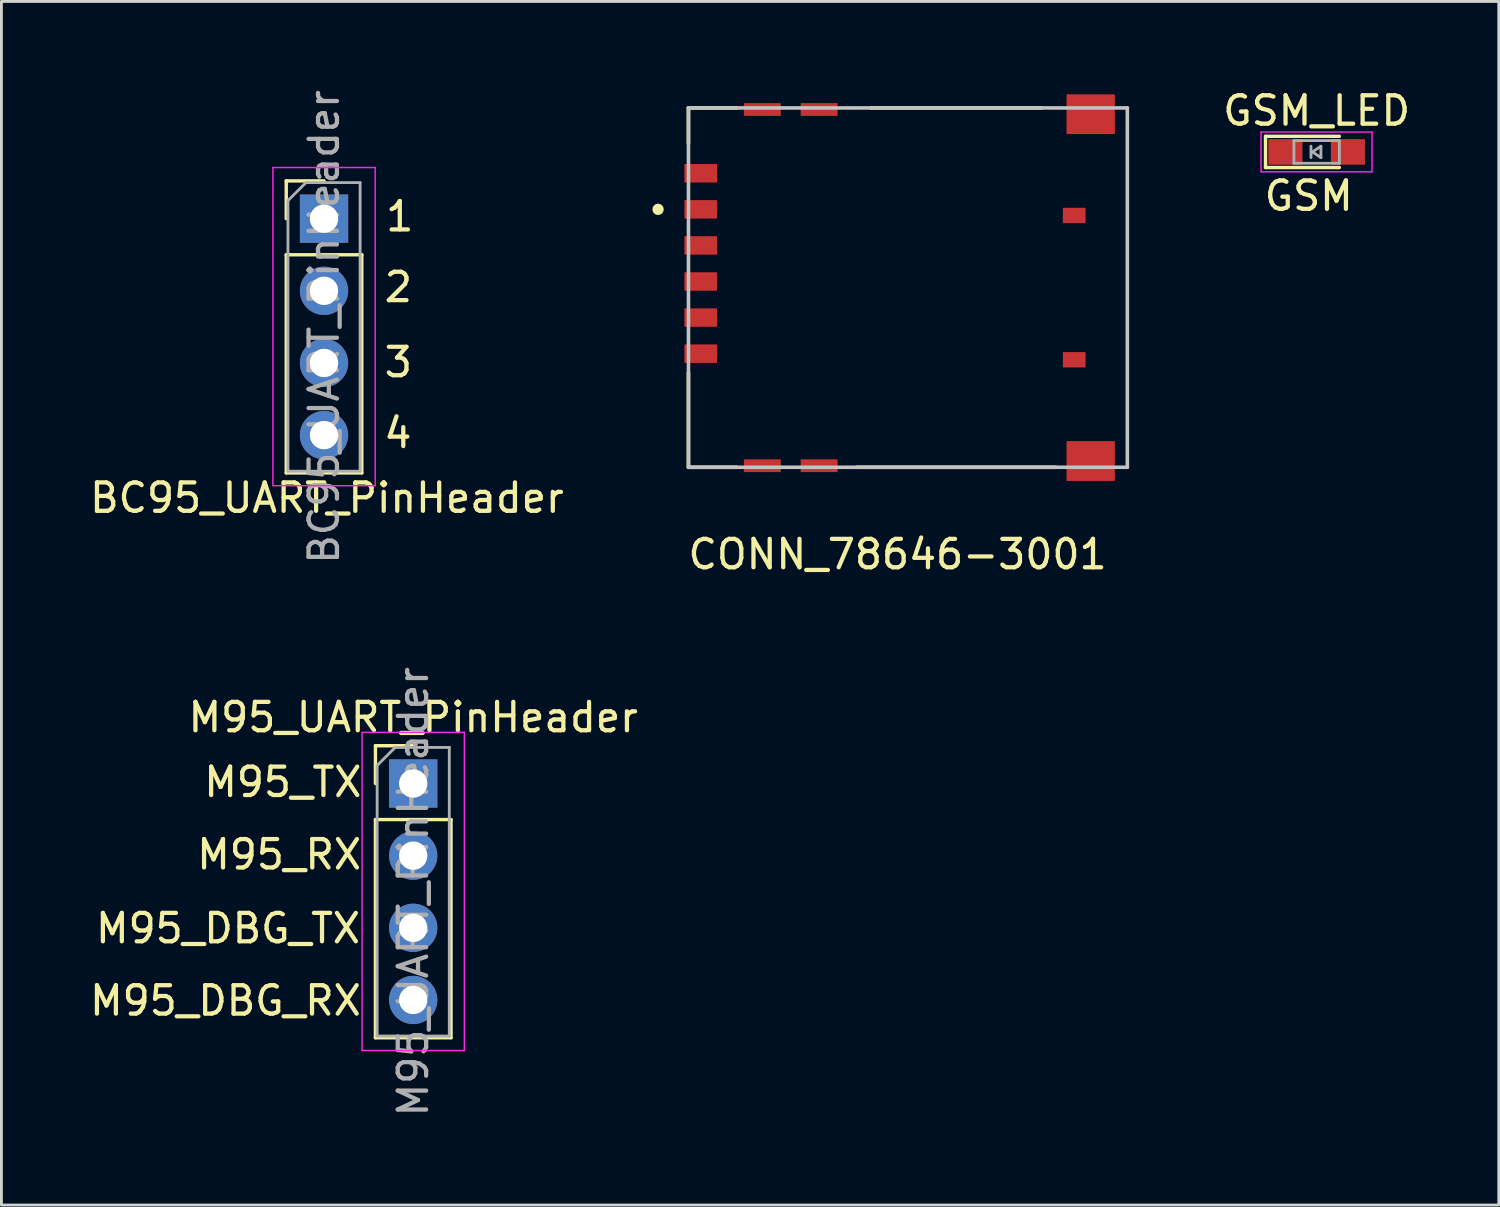
<source format=kicad_pcb>
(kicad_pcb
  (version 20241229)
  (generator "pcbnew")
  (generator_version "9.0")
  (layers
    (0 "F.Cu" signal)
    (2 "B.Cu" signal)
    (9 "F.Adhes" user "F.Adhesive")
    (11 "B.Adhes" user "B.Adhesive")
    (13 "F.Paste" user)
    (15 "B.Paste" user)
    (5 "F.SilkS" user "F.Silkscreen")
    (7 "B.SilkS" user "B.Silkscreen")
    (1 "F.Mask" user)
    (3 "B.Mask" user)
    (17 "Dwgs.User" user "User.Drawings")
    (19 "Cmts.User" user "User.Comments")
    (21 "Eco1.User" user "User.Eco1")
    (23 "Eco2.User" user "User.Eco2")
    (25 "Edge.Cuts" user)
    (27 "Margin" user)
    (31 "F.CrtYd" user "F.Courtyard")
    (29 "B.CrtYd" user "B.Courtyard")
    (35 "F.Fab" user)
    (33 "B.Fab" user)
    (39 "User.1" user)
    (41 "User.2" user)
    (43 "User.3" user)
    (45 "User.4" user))
  (footprint "BC95_UART_PinHeader"
    (layer "F.Cu")
    (at 8.357 4.648)
    (property "Reference" "BC95_UART_PinHeader" (at 0.102 9.83 0) (layer "F.SilkS") (effects (font (size 1 1) (thickness 0.15))))
    (attr through_hole)
    (fp_line (start -1.33 -1.33) (end 0 -1.33) (stroke (width 0.12) (type solid)) (layer "F.SilkS"))
    (fp_line (start -1.33 0) (end -1.33 -1.33) (stroke (width 0.12) (type solid)) (layer "F.SilkS"))
    (fp_line (start -1.33 1.27) (end -1.33 8.95) (stroke (width 0.12) (type solid)) (layer "F.SilkS"))
    (fp_line (start -1.33 1.27) (end 1.33 1.27) (stroke (width 0.12) (type solid)) (layer "F.SilkS"))
    (fp_line (start -1.33 8.95) (end 1.33 8.95) (stroke (width 0.12) (type solid)) (layer "F.SilkS"))
    (fp_line (start 1.33 1.27) (end 1.33 8.95) (stroke (width 0.12) (type solid)) (layer "F.SilkS"))
    (fp_line (start -1.8 -1.8) (end -1.8 9.4) (stroke (width 0.05) (type solid)) (layer "F.CrtYd"))
    (fp_line (start -1.8 9.4) (end 1.8 9.4) (stroke (width 0.05) (type solid)) (layer "F.CrtYd"))
    (fp_line (start 1.8 -1.8) (end -1.8 -1.8) (stroke (width 0.05) (type solid)) (layer "F.CrtYd"))
    (fp_line (start 1.8 9.4) (end 1.8 -1.8) (stroke (width 0.05) (type solid)) (layer "F.CrtYd"))
    (fp_line (start -1.27 -0.635) (end -0.635 -1.27) (stroke (width 0.1) (type solid)) (layer "F.Fab"))
    (fp_line (start -1.27 8.89) (end -1.27 -0.635) (stroke (width 0.1) (type solid)) (layer "F.Fab"))
    (fp_line (start -0.635 -1.27) (end 1.27 -1.27) (stroke (width 0.1) (type solid)) (layer "F.Fab"))
    (fp_line (start 1.27 -1.27) (end 1.27 8.89) (stroke (width 0.1) (type solid)) (layer "F.Fab"))
    (fp_line (start 1.27 8.89) (end -1.27 8.89) (stroke (width 0.1) (type solid)) (layer "F.Fab"))
    (fp_text user "4" (at 2.6 7.55 0) (layer "F.SilkS") (effects (font (size 1 1) (thickness 0.15))))
    (fp_text user "1" (at 2.667 -0.076 0) (layer "F.SilkS") (effects (font (size 1 1) (thickness 0.15))))
    (fp_text user "3" (at 2.616 5.055 0) (layer "F.SilkS") (effects (font (size 1 1) (thickness 0.15))))
    (fp_text user "2" (at 2.616 2.413 0) (layer "F.SilkS") (effects (font (size 1 1) (thickness 0.15))))
    (fp_text user "${REFERENCE}" (at 0 3.81 90) (layer "F.Fab") (effects (font (size 1 1) (thickness 0.15))))
    (pad "1" thru_hole rect (at 0 0) (size 1.7 1.7) (drill 1) (layers "*.Cu" "*.Mask"))
    (pad "2" thru_hole oval (at 0 2.54) (size 1.7 1.7) (drill 1) (layers "*.Cu" "*.Mask"))
    (pad "3" thru_hole oval (at 0 5.08) (size 1.7 1.7) (drill 1) (layers "*.Cu" "*.Mask"))
    (pad "4" thru_hole oval (at 0 7.62) (size 1.7 1.7) (drill 1) (layers "*.Cu" "*.Mask")))
  (footprint "CONN_78646-3001"
    (layer "F.Cu")
    (at 28.877 6.965)
    (property "Reference" "CONN_78646-3001" (at -0.33 9.5 0) (layer "F.SilkS") (effects (font (size 1 1) (thickness 0.15))))
    (attr smd)
    (fp_line (start -7.69 -6.215) (end -7.69 -4.97) (stroke (width 0.127) (type solid)) (layer "F.SilkS"))
    (fp_line (start -7.69 -6.215) (end -5.99 -6.215) (stroke (width 0.127) (type solid)) (layer "F.SilkS"))
    (fp_line (start -7.69 3.11) (end -7.69 6.435) (stroke (width 0.127) (type solid)) (layer "F.SilkS"))
    (fp_line (start -7.69 6.435) (end -5.99 6.435) (stroke (width 0.127) (type solid)) (layer "F.SilkS"))
    (fp_line (start -1.76 6.435) (end 5.24 6.435) (stroke (width 0.127) (type solid)) (layer "F.SilkS"))
    (fp_line (start -1.26 -6.215) (end 4.74 -6.215) (stroke (width 0.127) (type solid)) (layer "F.SilkS"))
    (fp_circle (center -8.76 -2.645) (end -8.66 -2.645) (stroke (width 0.2) (type solid)) (fill no) (layer "F.SilkS"))
    (fp_line (start -7.69 -6.215) (end -7.69 6.435) (stroke (width 0.127) (type solid)) (layer "Dwgs.User"))
    (fp_line (start 7.76 -6.215) (end -7.69 -6.215) (stroke (width 0.127) (type solid)) (layer "Dwgs.User"))
    (fp_line (start 7.76 -6.215) (end 7.76 6.435) (stroke (width 0.127) (type solid)) (layer "Dwgs.User"))
    (fp_line (start 7.76 6.435) (end -7.69 6.435) (stroke (width 0.127) (type solid)) (layer "Dwgs.User"))
    (fp_line (start -8.085 -6.94) (end 7.99 -6.94) (stroke (width 0.05) (type solid)) (layer "Eco1.User"))
    (fp_line (start -8.085 7.17) (end -8.085 -6.94) (stroke (width 0.05) (type solid)) (layer "Eco1.User"))
    (fp_line (start 7.99 -6.94) (end 7.99 7.17) (stroke (width 0.05) (type solid)) (layer "Eco1.User"))
    (fp_line (start 7.99 7.17) (end -8.085 7.17) (stroke (width 0.05) (type solid)) (layer "Eco1.User"))
    (pad "C1" smd rect (at -7.26 -2.645) (size 1.15 0.65) (layers "F.Cu" "F.Mask" "F.Paste"))
    (pad "C2" smd rect (at -7.26 -0.105) (size 1.15 0.65) (layers "F.Cu" "F.Mask" "F.Paste"))
    (pad "C3" smd rect (at -7.26 2.435) (size 1.15 0.65) (layers "F.Cu" "F.Mask" "F.Paste"))
    (pad "C5" smd rect (at -7.26 -3.915) (size 1.15 0.65) (layers "F.Cu" "F.Mask" "F.Paste"))
    (pad "C6" smd rect (at -7.26 -1.375) (size 1.15 0.65) (layers "F.Cu" "F.Mask" "F.Paste"))
    (pad "C7" smd rect (at -7.26 1.165) (size 1.15 0.65) (layers "F.Cu" "F.Mask" "F.Paste"))
    (pad "G1" smd rect (at -5.09 -6.16) (size 1.3 0.45) (layers "F.Cu" "F.Mask" "F.Paste"))
    (pad "G2" smd rect (at -3.09 -6.16) (size 1.3 0.45) (layers "F.Cu" "F.Mask" "F.Paste"))
    (pad "G3" smd rect (at -5.09 6.38) (size 1.3 0.45) (layers "F.Cu" "F.Mask" "F.Paste"))
    (pad "G4" smd rect (at -3.09 6.38) (size 1.3 0.45) (layers "F.Cu" "F.Mask" "F.Paste"))
    (pad "G5" smd rect (at 6.47 6.215) (size 1.7 1.4) (layers "F.Cu" "F.Mask" "F.Paste"))
    (pad "G6" smd rect (at 6.47 -5.995) (size 1.7 1.4) (layers "F.Cu" "F.Mask" "F.Paste"))
    (pad "X1" smd rect (at 5.89 -2.43) (size 0.8 0.54) (layers "F.Cu" "F.Mask" "F.Paste"))
    (pad "X2" smd rect (at 5.89 2.65) (size 0.8 0.54) (layers "F.Cu" "F.Mask" "F.Paste")))
  (footprint "M95_UART_PinHeader"
    (layer "F.Cu")
    (at 11.497 24.533)
    (property "Reference" "M95_UART_PinHeader" (at 0 -2.33 0) (layer "F.SilkS") (effects (font (size 1 1) (thickness 0.15))))
    (attr through_hole)
    (fp_line (start -1.33 -1.33) (end 0 -1.33) (stroke (width 0.12) (type solid)) (layer "F.SilkS"))
    (fp_line (start -1.33 0) (end -1.33 -1.33) (stroke (width 0.12) (type solid)) (layer "F.SilkS"))
    (fp_line (start -1.33 1.27) (end -1.33 8.95) (stroke (width 0.12) (type solid)) (layer "F.SilkS"))
    (fp_line (start -1.33 1.27) (end 1.33 1.27) (stroke (width 0.12) (type solid)) (layer "F.SilkS"))
    (fp_line (start -1.33 8.95) (end 1.33 8.95) (stroke (width 0.12) (type solid)) (layer "F.SilkS"))
    (fp_line (start 1.33 1.27) (end 1.33 8.95) (stroke (width 0.12) (type solid)) (layer "F.SilkS"))
    (fp_line (start -1.8 -1.8) (end -1.8 9.4) (stroke (width 0.05) (type solid)) (layer "F.CrtYd"))
    (fp_line (start -1.8 9.4) (end 1.8 9.4) (stroke (width 0.05) (type solid)) (layer "F.CrtYd"))
    (fp_line (start 1.8 -1.8) (end -1.8 -1.8) (stroke (width 0.05) (type solid)) (layer "F.CrtYd"))
    (fp_line (start 1.8 9.4) (end 1.8 -1.8) (stroke (width 0.05) (type solid)) (layer "F.CrtYd"))
    (fp_line (start -1.27 -0.635) (end -0.635 -1.27) (stroke (width 0.1) (type solid)) (layer "F.Fab"))
    (fp_line (start -1.27 8.89) (end -1.27 -0.635) (stroke (width 0.1) (type solid)) (layer "F.Fab"))
    (fp_line (start -0.635 -1.27) (end 1.27 -1.27) (stroke (width 0.1) (type solid)) (layer "F.Fab"))
    (fp_line (start 1.27 -1.27) (end 1.27 8.89) (stroke (width 0.1) (type solid)) (layer "F.Fab"))
    (fp_line (start 1.27 8.89) (end -1.27 8.89) (stroke (width 0.1) (type solid)) (layer "F.Fab"))
    (fp_text user "M95_TX" (at -4.59 -0.05 0) (layer "F.SilkS") (effects (font (size 1 1) (thickness 0.15))))
    (fp_text user "M95_RX" (at -4.72 2.5 0) (layer "F.SilkS") (effects (font (size 1 1) (thickness 0.15))))
    (fp_text user "M95_DBG_RX" (at -6.61 7.645 0) (layer "F.SilkS") (effects (font (size 1 1) (thickness 0.15))))
    (fp_text user "M95_DBG_TX" (at -6.52 5.1 0) (layer "F.SilkS") (effects (font (size 1 1) (thickness 0.15))))
    (fp_text user "${REFERENCE}" (at 0 3.81 90) (layer "F.Fab") (effects (font (size 1 1) (thickness 0.15))))
    (pad "1" thru_hole rect (at 0 0) (size 1.7 1.7) (drill 1) (layers "*.Cu" "*.Mask"))
    (pad "2" thru_hole oval (at 0 2.54) (size 1.7 1.7) (drill 1) (layers "*.Cu" "*.Mask"))
    (pad "3" thru_hole oval (at 0 5.08) (size 1.7 1.7) (drill 1) (layers "*.Cu" "*.Mask"))
    (pad "4" thru_hole oval (at 0 7.62) (size 1.7 1.7) (drill 1) (layers "*.Cu" "*.Mask")))
  (footprint "GSM_LED"
    (layer "F.Cu")
    (at 43.302 2.298)
    (property "Reference" "GSM_LED" (at 0 -1.45 0) (layer "F.SilkS") (effects (font (size 1 1) (thickness 0.15))))
    (attr smd)
    (fp_line (start -1.8 -0.55) (end -1.8 0.55) (stroke (width 0.12) (type solid)) (layer "F.SilkS"))
    (fp_line (start -1.8 -0.55) (end 0.8 -0.55) (stroke (width 0.12) (type solid)) (layer "F.SilkS"))
    (fp_line (start -1.8 0.55) (end 0.8 0.55) (stroke (width 0.12) (type solid)) (layer "F.SilkS"))
    (fp_line (start -1.96 -0.7) (end -1.96 0.7) (stroke (width 0.05) (type solid)) (layer "F.CrtYd"))
    (fp_line (start -1.96 -0.7) (end 1.95 -0.7) (stroke (width 0.05) (type solid)) (layer "F.CrtYd"))
    (fp_line (start 1.95 0.7) (end -1.96 0.7) (stroke (width 0.05) (type solid)) (layer "F.CrtYd"))
    (fp_line (start 1.95 0.7) (end 1.95 -0.7) (stroke (width 0.05) (type solid)) (layer "F.CrtYd"))
    (fp_line (start -0.8 -0.4) (end -0.8 0.4) (stroke (width 0.1) (type solid)) (layer "F.Fab"))
    (fp_line (start -0.8 -0.4) (end 0.8 -0.4) (stroke (width 0.1) (type solid)) (layer "F.Fab"))
    (fp_line (start -0.2 -0.2) (end -0.2 0.2) (stroke (width 0.1) (type solid)) (layer "F.Fab"))
    (fp_line (start -0.15 0) (end 0.15 -0.2) (stroke (width 0.1) (type solid)) (layer "F.Fab"))
    (fp_line (start 0.15 -0.2) (end 0.15 0.2) (stroke (width 0.1) (type solid)) (layer "F.Fab"))
    (fp_line (start 0.15 0.2) (end -0.15 0) (stroke (width 0.1) (type solid)) (layer "F.Fab"))
    (fp_line (start 0.8 -0.4) (end 0.8 0.4) (stroke (width 0.1) (type solid)) (layer "F.Fab"))
    (fp_line (start 0.8 0.4) (end -0.8 0.4) (stroke (width 0.1) (type solid)) (layer "F.Fab"))
    (fp_text user "GSM" (at -0.279 1.549 0) (layer "F.SilkS") (effects (font (size 1 1) (thickness 0.15))))
    (pad "1" smd rect (at -1.1 0) (size 1.2 0.9) (layers "F.Cu" "F.Mask" "F.Paste"))
    (pad "2" smd rect (at 1.1 0) (size 1.2 0.9) (layers "F.Cu" "F.Mask" "F.Paste")))
  (gr_rect
    (start -3 -3)
    (end 49.713 39.372)
    (stroke (width 0.1) (type default))
    (fill no)
    (layer "Edge.Cuts")))
</source>
